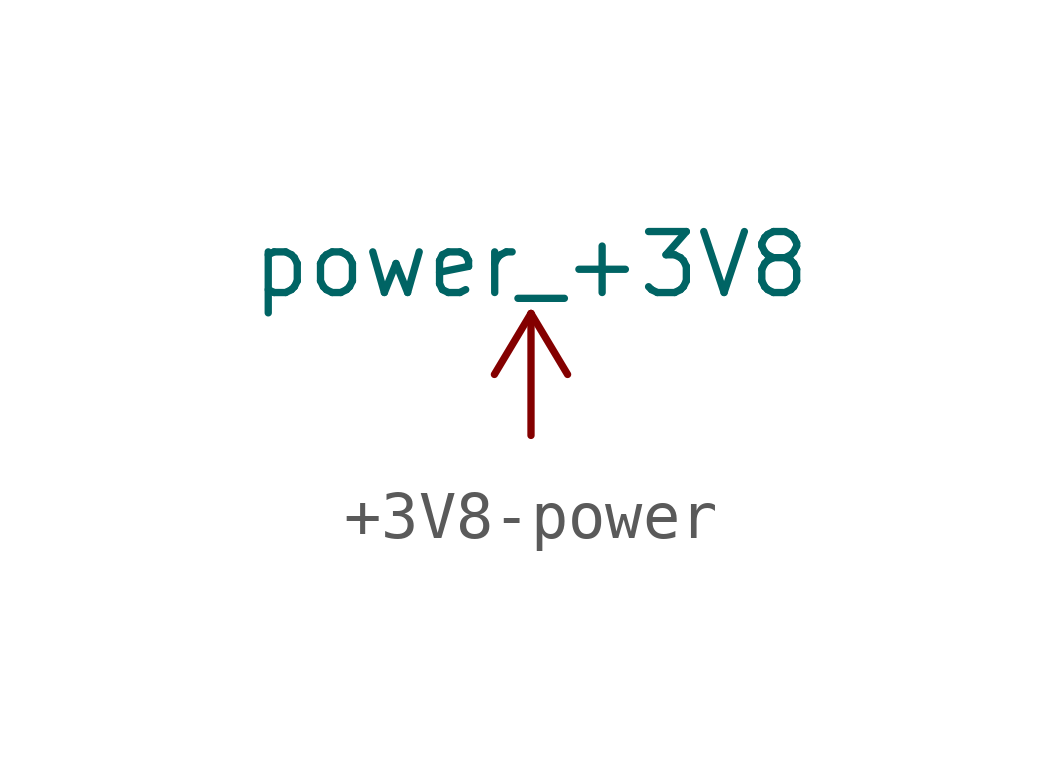
<source format=kicad_sym>
(kicad_symbol_lib
  (version 20231120)
  (generator "kicad_symbol_editor")
  (generator_version "8.0")
  (symbol "+3V8-power"
    (power)
    (pin_names
      (offset 0))
    (property "Reference" "#PWR"
      (at 0 -3.81 0)
      (effects (font (size 1.27 1.27)) (hide yes)))
    (property "Value" "power_+3V8"
      (at 0 3.556 0)
      (effects (font (size 1.27 1.27))))
    (symbol "+3V8-power_0_1"
      (polyline (pts (xy -0.762 1.27) (xy 0 2.54)) (stroke (width 0) (type solid)) (fill (type none)))
      (polyline (pts (xy 0 0) (xy 0 2.54)) (stroke (width 0) (type solid)) (fill (type none)))
      (polyline (pts (xy 0 2.54) (xy 0.762 1.27)) (stroke (width 0) (type solid)) (fill (type none))))
    (symbol "+3V8-power_1_1"
      (pin power_in line (at 0 0 90) (length 0) hide (name "+3V8" (effects (font (size 1.27 1.27)))) (number "1" (effects (font (size 1.27 1.27))))))))
</source>
